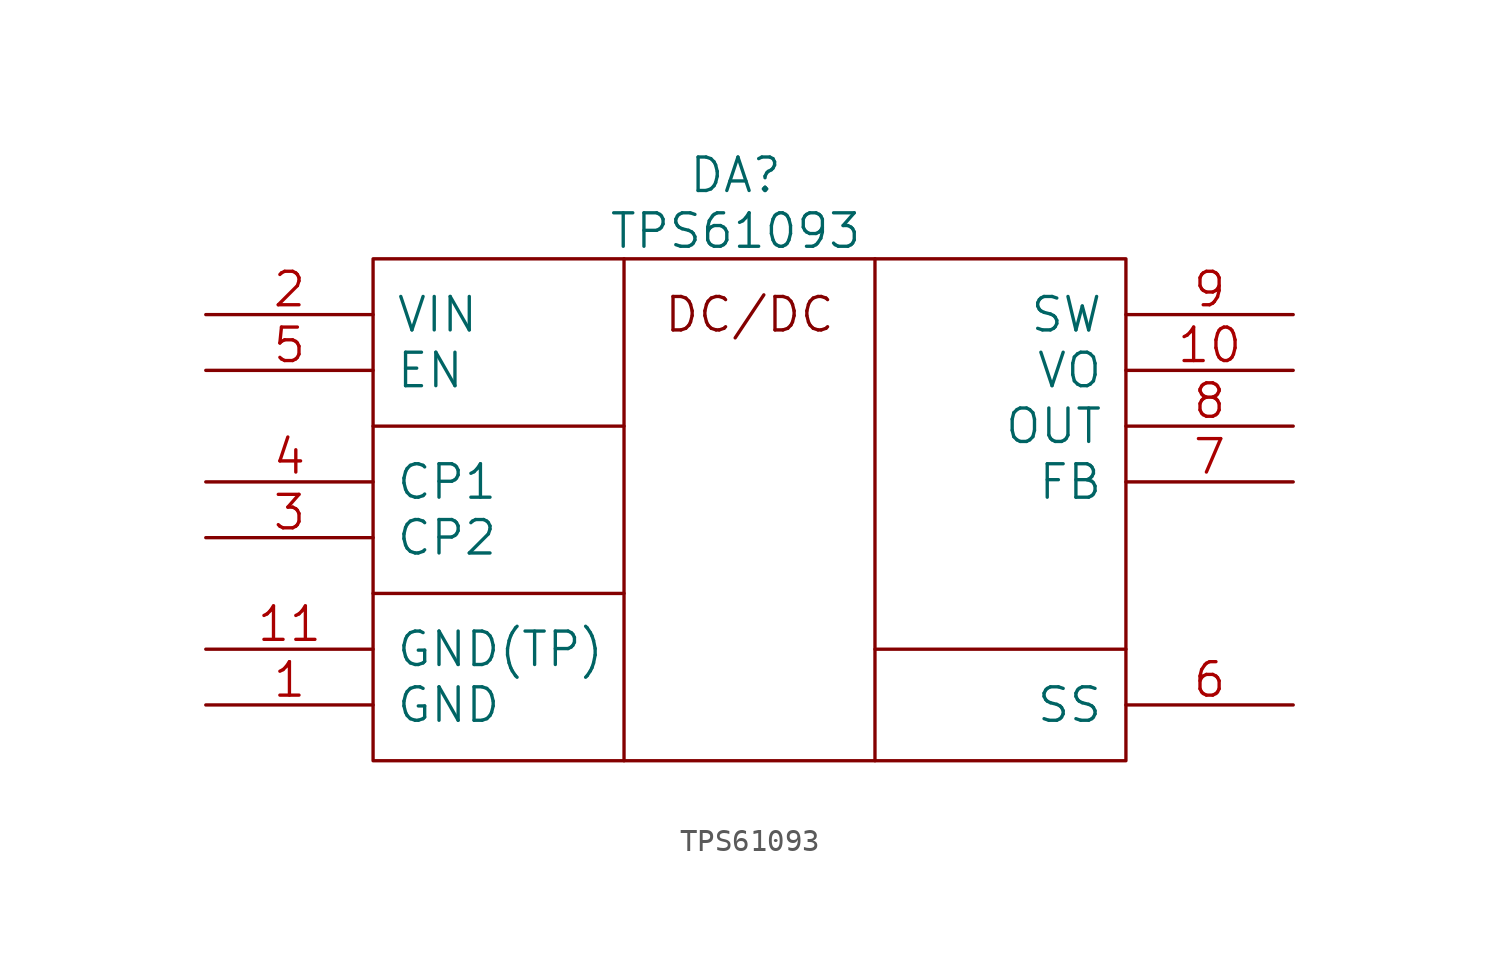
<source format=kicad_sym>
(kicad_symbol_lib
  (version 20211014)
  (generator kicad_symbol_editor)
  (symbol "TPS61093"
    (pin_names
      (offset 1.016))
    (property "Reference" "DA"
      (at 16.51 3.81 0)
      (effects (font (size 1.524 1.524))))
    (property "Value" "TPS61093"
      (at 16.51 1.27 0)
      (effects (font (size 1.524 1.524))))
    (property "Footprint" ""
      (at 0 0 0)
      (effects (font (size 1.524 1.524))))
    (property "Datasheet" ""
      (at 0 0 0)
      (effects (font (size 1.524 1.524))))
    (symbol "TPS61093_0_0"
      (polyline (pts (xy 11.43 0) (xy 11.43 -22.86)) (stroke (width 0) (type default) (color 0 0 0 0)) (fill (type none)))
      (polyline (pts (xy 22.86 0) (xy 22.86 -22.86)) (stroke (width 0) (type default) (color 0 0 0 0)) (fill (type none)))
      (rectangle (start 0 0) (end 34.29 -22.86) (stroke (width 0) (type default) (color 0 0 0 0)) (fill (type none)))
      (text "DC/DC" (at 17.145 -2.54 0) (effects (font (size 1.524 1.524))))
      (pin passive line (at -7.62 -20.32 0) (length 7.62) (name "GND" (effects (font (size 1.524 1.524)))) (number "1" (effects (font (size 1.524 1.524)))))
      (pin output line (at 41.91 -5.08 180) (length 7.62) (name "VO" (effects (font (size 1.524 1.524)))) (number "10" (effects (font (size 1.524 1.524)))))
      (pin passive line (at -7.62 -17.78 0) (length 7.62) (name "GND(TP)" (effects (font (size 1.524 1.524)))) (number "11" (effects (font (size 1.524 1.524)))))
      (pin power_in line (at -7.62 -2.54 0) (length 7.62) (name "VIN" (effects (font (size 1.524 1.524)))) (number "2" (effects (font (size 1.524 1.524)))))
      (pin passive line (at -7.62 -12.7 0) (length 7.62) (name "CP2" (effects (font (size 1.524 1.524)))) (number "3" (effects (font (size 1.524 1.524)))))
      (pin passive line (at -7.62 -10.16 0) (length 7.62) (name "CP1" (effects (font (size 1.524 1.524)))) (number "4" (effects (font (size 1.524 1.524)))))
      (pin input line (at -7.62 -5.08 0) (length 7.62) (name "EN" (effects (font (size 1.524 1.524)))) (number "5" (effects (font (size 1.524 1.524)))))
      (pin input line (at 41.91 -20.32 180) (length 7.62) (name "SS" (effects (font (size 1.524 1.524)))) (number "6" (effects (font (size 1.524 1.524)))))
      (pin input line (at 41.91 -10.16 180) (length 7.62) (name "FB" (effects (font (size 1.524 1.524)))) (number "7" (effects (font (size 1.524 1.524)))))
      (pin power_out line (at 41.91 -7.62 180) (length 7.62) (name "OUT" (effects (font (size 1.524 1.524)))) (number "8" (effects (font (size 1.524 1.524)))))
      (pin input line (at 41.91 -2.54 180) (length 7.62) (name "SW" (effects (font (size 1.524 1.524)))) (number "9" (effects (font (size 1.524 1.524))))))
    (symbol "TPS61093_0_1"
      (polyline (pts (xy 0 -15.24) (xy 11.43 -15.24)) (stroke (width 0) (type default) (color 0 0 0 0)) (fill (type none)))
      (polyline (pts (xy 0 -7.62) (xy 11.43 -7.62)) (stroke (width 0) (type default) (color 0 0 0 0)) (fill (type none)))
      (polyline (pts (xy 34.29 -17.78) (xy 22.86 -17.78)) (stroke (width 0) (type default) (color 0 0 0 0)) (fill (type none))))))
</source>
